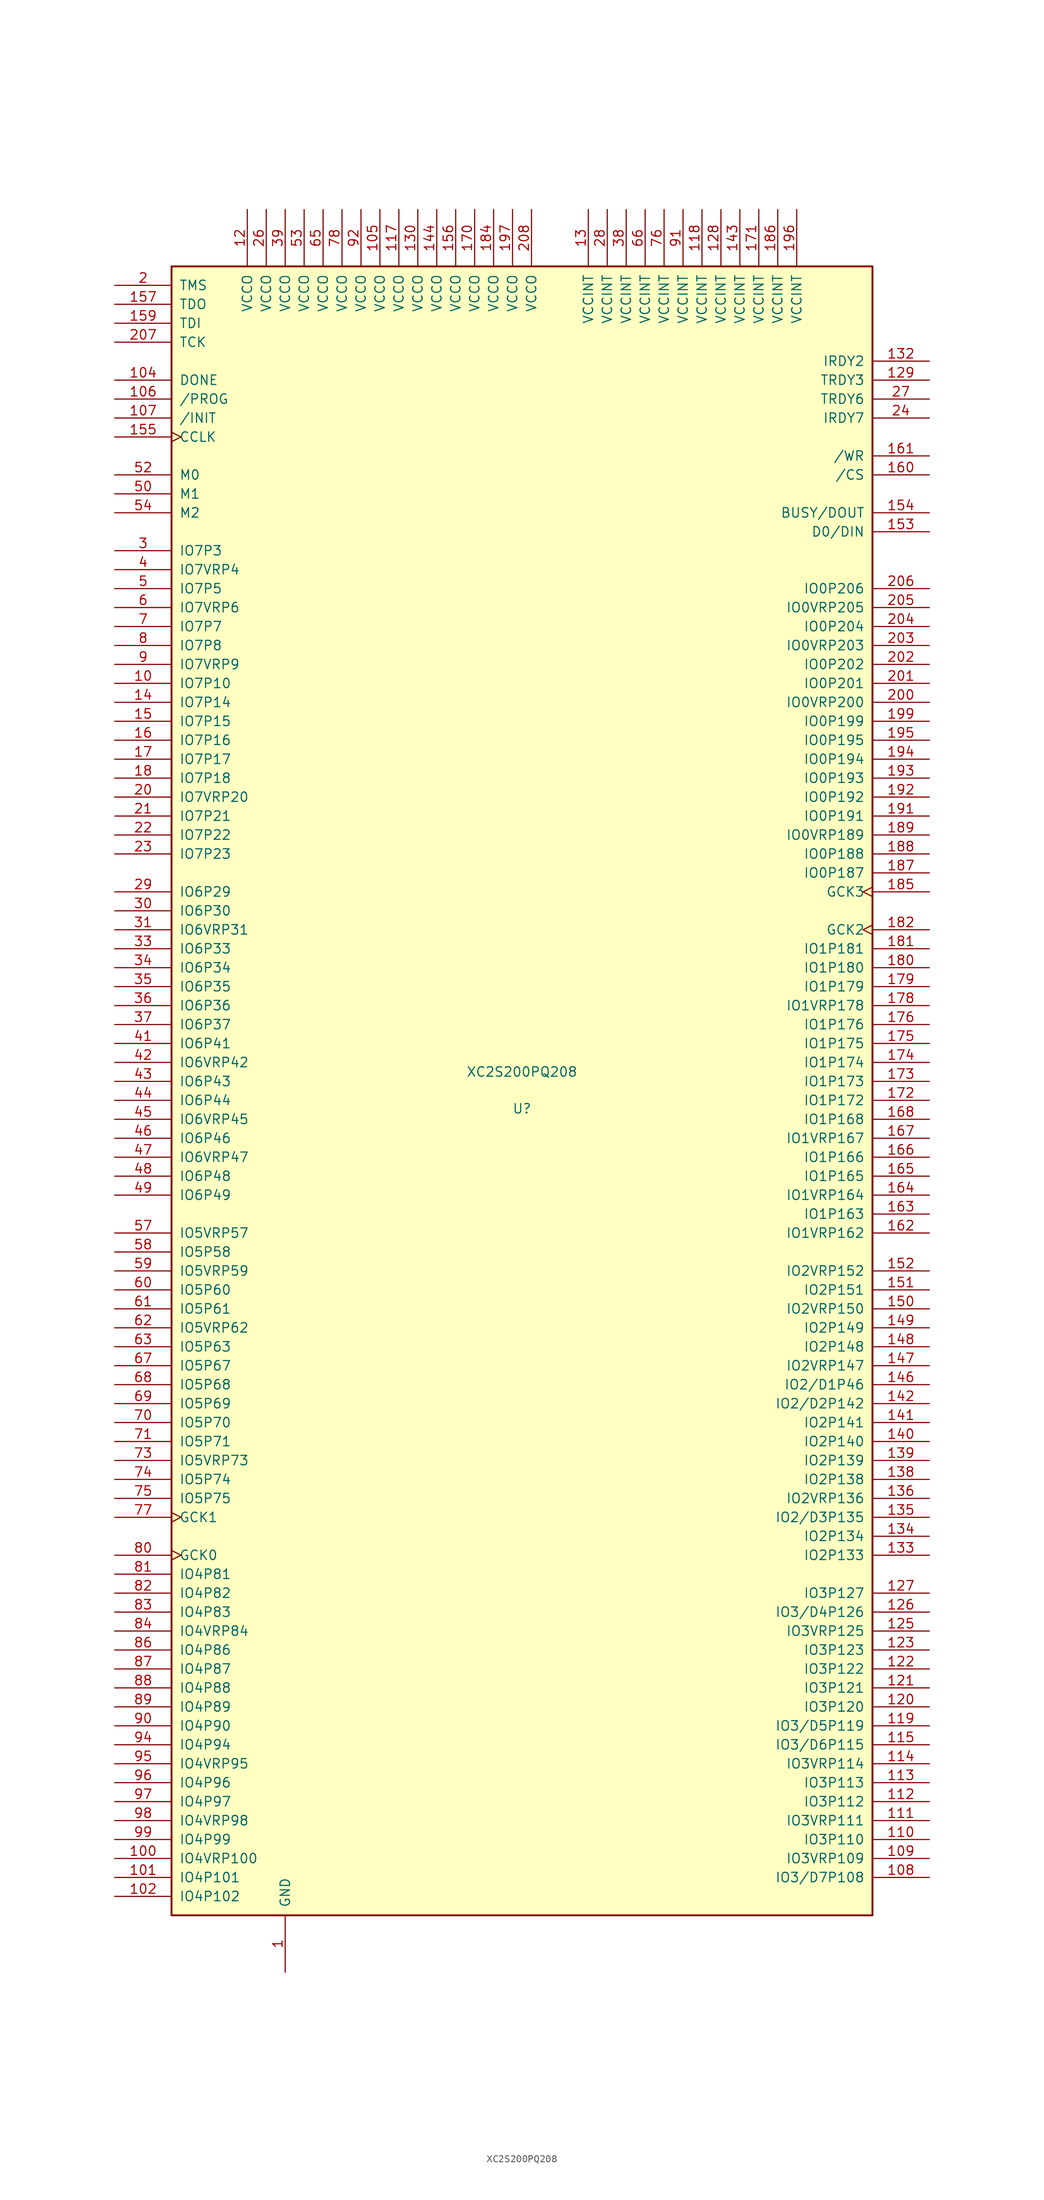
<source format=kicad_sym>
(kicad_symbol_lib
  (version 20241209)
  (generator "kicad_symbol_editor")
  (generator_version "9.0")
  (symbol "XC2S200PQ208"
    (pin_names
      (offset 1.016))
    (property "Reference" "U"
      (at 0 -2.388 0)
      (effects (font (size 1.27 1.27))))
    (property "Value" "XC2S200PQ208"
      (at 0 2.54 0)
      (effects (font (size 1.27 1.27))))
    (symbol "XC2S200PQ208_0_1"
      (rectangle (start -46.99 110.49) (end 46.99 -110.49) (stroke (width 0.254) (type default)) (fill (type background))))
    (symbol "XC2S200PQ208_1_1"
      (pin bidirectional line (at -54.61 107.95 0) (length 7.62) (name "TMS" (effects (font (size 1.27 1.27)))) (number "2" (effects (font (size 1.27 1.27)))))
      (pin bidirectional line (at -54.61 105.41 0) (length 7.62) (name "TDO" (effects (font (size 1.27 1.27)))) (number "157" (effects (font (size 1.27 1.27)))))
      (pin bidirectional line (at -54.61 102.87 0) (length 7.62) (name "TDI" (effects (font (size 1.27 1.27)))) (number "159" (effects (font (size 1.27 1.27)))))
      (pin bidirectional line (at -54.61 100.33 0) (length 7.62) (name "TCK" (effects (font (size 1.27 1.27)))) (number "207" (effects (font (size 1.27 1.27)))))
      (pin bidirectional line (at -54.61 95.25 0) (length 7.62) (name "DONE" (effects (font (size 1.27 1.27)))) (number "104" (effects (font (size 1.27 1.27)))))
      (pin input line (at -54.61 92.71 0) (length 7.62) (name "/PROG" (effects (font (size 1.27 1.27)))) (number "106" (effects (font (size 1.27 1.27)))))
      (pin bidirectional line (at -54.61 90.17 0) (length 7.62) (name "/INIT" (effects (font (size 1.27 1.27)))) (number "107" (effects (font (size 1.27 1.27)))))
      (pin bidirectional clock (at -54.61 87.63 0) (length 7.62) (name "CCLK" (effects (font (size 1.27 1.27)))) (number "155" (effects (font (size 1.27 1.27)))))
      (pin input line (at -54.61 82.55 0) (length 7.62) (name "M0" (effects (font (size 1.27 1.27)))) (number "52" (effects (font (size 1.27 1.27)))))
      (pin input line (at -54.61 80.01 0) (length 7.62) (name "M1" (effects (font (size 1.27 1.27)))) (number "50" (effects (font (size 1.27 1.27)))))
      (pin input line (at -54.61 77.47 0) (length 7.62) (name "M2" (effects (font (size 1.27 1.27)))) (number "54" (effects (font (size 1.27 1.27)))))
      (pin bidirectional line (at -54.61 72.39 0) (length 7.62) (name "IO7P3" (effects (font (size 1.27 1.27)))) (number "3" (effects (font (size 1.27 1.27)))))
      (pin bidirectional line (at -54.61 69.85 0) (length 7.62) (name "IO7VRP4" (effects (font (size 1.27 1.27)))) (number "4" (effects (font (size 1.27 1.27)))))
      (pin bidirectional line (at -54.61 67.31 0) (length 7.62) (name "IO7P5" (effects (font (size 1.27 1.27)))) (number "5" (effects (font (size 1.27 1.27)))))
      (pin bidirectional line (at -54.61 64.77 0) (length 7.62) (name "IO7VRP6" (effects (font (size 1.27 1.27)))) (number "6" (effects (font (size 1.27 1.27)))))
      (pin bidirectional line (at -54.61 62.23 0) (length 7.62) (name "IO7P7" (effects (font (size 1.27 1.27)))) (number "7" (effects (font (size 1.27 1.27)))))
      (pin bidirectional line (at -54.61 59.69 0) (length 7.62) (name "IO7P8" (effects (font (size 1.27 1.27)))) (number "8" (effects (font (size 1.27 1.27)))))
      (pin bidirectional line (at -54.61 57.15 0) (length 7.62) (name "IO7VRP9" (effects (font (size 1.27 1.27)))) (number "9" (effects (font (size 1.27 1.27)))))
      (pin bidirectional line (at -54.61 54.61 0) (length 7.62) (name "IO7P10" (effects (font (size 1.27 1.27)))) (number "10" (effects (font (size 1.27 1.27)))))
      (pin bidirectional line (at -54.61 52.07 0) (length 7.62) (name "IO7P14" (effects (font (size 1.27 1.27)))) (number "14" (effects (font (size 1.27 1.27)))))
      (pin bidirectional line (at -54.61 49.53 0) (length 7.62) (name "IO7P15" (effects (font (size 1.27 1.27)))) (number "15" (effects (font (size 1.27 1.27)))))
      (pin bidirectional line (at -54.61 46.99 0) (length 7.62) (name "IO7P16" (effects (font (size 1.27 1.27)))) (number "16" (effects (font (size 1.27 1.27)))))
      (pin bidirectional line (at -54.61 44.45 0) (length 7.62) (name "IO7P17" (effects (font (size 1.27 1.27)))) (number "17" (effects (font (size 1.27 1.27)))))
      (pin bidirectional line (at -54.61 41.91 0) (length 7.62) (name "IO7P18" (effects (font (size 1.27 1.27)))) (number "18" (effects (font (size 1.27 1.27)))))
      (pin bidirectional line (at -54.61 39.37 0) (length 7.62) (name "IO7VRP20" (effects (font (size 1.27 1.27)))) (number "20" (effects (font (size 1.27 1.27)))))
      (pin bidirectional line (at -54.61 36.83 0) (length 7.62) (name "IO7P21" (effects (font (size 1.27 1.27)))) (number "21" (effects (font (size 1.27 1.27)))))
      (pin bidirectional line (at -54.61 34.29 0) (length 7.62) (name "IO7P22" (effects (font (size 1.27 1.27)))) (number "22" (effects (font (size 1.27 1.27)))))
      (pin bidirectional line (at -54.61 31.75 0) (length 7.62) (name "IO7P23" (effects (font (size 1.27 1.27)))) (number "23" (effects (font (size 1.27 1.27)))))
      (pin bidirectional line (at -54.61 26.67 0) (length 7.62) (name "IO6P29" (effects (font (size 1.27 1.27)))) (number "29" (effects (font (size 1.27 1.27)))))
      (pin bidirectional line (at -54.61 24.13 0) (length 7.62) (name "IO6P30" (effects (font (size 1.27 1.27)))) (number "30" (effects (font (size 1.27 1.27)))))
      (pin bidirectional line (at -54.61 21.59 0) (length 7.62) (name "IO6VRP31" (effects (font (size 1.27 1.27)))) (number "31" (effects (font (size 1.27 1.27)))))
      (pin bidirectional line (at -54.61 19.05 0) (length 7.62) (name "IO6P33" (effects (font (size 1.27 1.27)))) (number "33" (effects (font (size 1.27 1.27)))))
      (pin bidirectional line (at -54.61 16.51 0) (length 7.62) (name "IO6P34" (effects (font (size 1.27 1.27)))) (number "34" (effects (font (size 1.27 1.27)))))
      (pin bidirectional line (at -54.61 13.97 0) (length 7.62) (name "IO6P35" (effects (font (size 1.27 1.27)))) (number "35" (effects (font (size 1.27 1.27)))))
      (pin bidirectional line (at -54.61 11.43 0) (length 7.62) (name "IO6P36" (effects (font (size 1.27 1.27)))) (number "36" (effects (font (size 1.27 1.27)))))
      (pin bidirectional line (at -54.61 8.89 0) (length 7.62) (name "IO6P37" (effects (font (size 1.27 1.27)))) (number "37" (effects (font (size 1.27 1.27)))))
      (pin bidirectional line (at -54.61 6.35 0) (length 7.62) (name "IO6P41" (effects (font (size 1.27 1.27)))) (number "41" (effects (font (size 1.27 1.27)))))
      (pin bidirectional line (at -54.61 3.81 0) (length 7.62) (name "IO6VRP42" (effects (font (size 1.27 1.27)))) (number "42" (effects (font (size 1.27 1.27)))))
      (pin bidirectional line (at -54.61 1.27 0) (length 7.62) (name "IO6P43" (effects (font (size 1.27 1.27)))) (number "43" (effects (font (size 1.27 1.27)))))
      (pin bidirectional line (at -54.61 -1.27 0) (length 7.62) (name "IO6P44" (effects (font (size 1.27 1.27)))) (number "44" (effects (font (size 1.27 1.27)))))
      (pin bidirectional line (at -54.61 -3.81 0) (length 7.62) (name "IO6VRP45" (effects (font (size 1.27 1.27)))) (number "45" (effects (font (size 1.27 1.27)))))
      (pin bidirectional line (at -54.61 -6.35 0) (length 7.62) (name "IO6P46" (effects (font (size 1.27 1.27)))) (number "46" (effects (font (size 1.27 1.27)))))
      (pin bidirectional line (at -54.61 -8.89 0) (length 7.62) (name "IO6VRP47" (effects (font (size 1.27 1.27)))) (number "47" (effects (font (size 1.27 1.27)))))
      (pin bidirectional line (at -54.61 -11.43 0) (length 7.62) (name "IO6P48" (effects (font (size 1.27 1.27)))) (number "48" (effects (font (size 1.27 1.27)))))
      (pin bidirectional line (at -54.61 -13.97 0) (length 7.62) (name "IO6P49" (effects (font (size 1.27 1.27)))) (number "49" (effects (font (size 1.27 1.27)))))
      (pin bidirectional line (at -54.61 -19.05 0) (length 7.62) (name "IO5VRP57" (effects (font (size 1.27 1.27)))) (number "57" (effects (font (size 1.27 1.27)))))
      (pin bidirectional line (at -54.61 -21.59 0) (length 7.62) (name "IO5P58" (effects (font (size 1.27 1.27)))) (number "58" (effects (font (size 1.27 1.27)))))
      (pin bidirectional line (at -54.61 -24.13 0) (length 7.62) (name "IO5VRP59" (effects (font (size 1.27 1.27)))) (number "59" (effects (font (size 1.27 1.27)))))
      (pin bidirectional line (at -54.61 -26.67 0) (length 7.62) (name "IO5P60" (effects (font (size 1.27 1.27)))) (number "60" (effects (font (size 1.27 1.27)))))
      (pin bidirectional line (at -54.61 -29.21 0) (length 7.62) (name "IO5P61" (effects (font (size 1.27 1.27)))) (number "61" (effects (font (size 1.27 1.27)))))
      (pin bidirectional line (at -54.61 -31.75 0) (length 7.62) (name "IO5VRP62" (effects (font (size 1.27 1.27)))) (number "62" (effects (font (size 1.27 1.27)))))
      (pin bidirectional line (at -54.61 -34.29 0) (length 7.62) (name "IO5P63" (effects (font (size 1.27 1.27)))) (number "63" (effects (font (size 1.27 1.27)))))
      (pin bidirectional line (at -54.61 -36.83 0) (length 7.62) (name "IO5P67" (effects (font (size 1.27 1.27)))) (number "67" (effects (font (size 1.27 1.27)))))
      (pin bidirectional line (at -54.61 -39.37 0) (length 7.62) (name "IO5P68" (effects (font (size 1.27 1.27)))) (number "68" (effects (font (size 1.27 1.27)))))
      (pin bidirectional line (at -54.61 -41.91 0) (length 7.62) (name "IO5P69" (effects (font (size 1.27 1.27)))) (number "69" (effects (font (size 1.27 1.27)))))
      (pin bidirectional line (at -54.61 -44.45 0) (length 7.62) (name "IO5P70" (effects (font (size 1.27 1.27)))) (number "70" (effects (font (size 1.27 1.27)))))
      (pin bidirectional line (at -54.61 -46.99 0) (length 7.62) (name "IO5P71" (effects (font (size 1.27 1.27)))) (number "71" (effects (font (size 1.27 1.27)))))
      (pin bidirectional line (at -54.61 -49.53 0) (length 7.62) (name "IO5VRP73" (effects (font (size 1.27 1.27)))) (number "73" (effects (font (size 1.27 1.27)))))
      (pin bidirectional line (at -54.61 -52.07 0) (length 7.62) (name "IO5P74" (effects (font (size 1.27 1.27)))) (number "74" (effects (font (size 1.27 1.27)))))
      (pin bidirectional line (at -54.61 -54.61 0) (length 7.62) (name "IO5P75" (effects (font (size 1.27 1.27)))) (number "75" (effects (font (size 1.27 1.27)))))
      (pin input clock (at -54.61 -57.15 0) (length 7.62) (name "GCK1" (effects (font (size 1.27 1.27)))) (number "77" (effects (font (size 1.27 1.27)))))
      (pin input clock (at -54.61 -62.23 0) (length 7.62) (name "GCK0" (effects (font (size 1.27 1.27)))) (number "80" (effects (font (size 1.27 1.27)))))
      (pin bidirectional line (at -54.61 -64.77 0) (length 7.62) (name "IO4P81" (effects (font (size 1.27 1.27)))) (number "81" (effects (font (size 1.27 1.27)))))
      (pin bidirectional line (at -54.61 -67.31 0) (length 7.62) (name "IO4P82" (effects (font (size 1.27 1.27)))) (number "82" (effects (font (size 1.27 1.27)))))
      (pin bidirectional line (at -54.61 -69.85 0) (length 7.62) (name "IO4P83" (effects (font (size 1.27 1.27)))) (number "83" (effects (font (size 1.27 1.27)))))
      (pin bidirectional line (at -54.61 -72.39 0) (length 7.62) (name "IO4VRP84" (effects (font (size 1.27 1.27)))) (number "84" (effects (font (size 1.27 1.27)))))
      (pin bidirectional line (at -54.61 -74.93 0) (length 7.62) (name "IO4P86" (effects (font (size 1.27 1.27)))) (number "86" (effects (font (size 1.27 1.27)))))
      (pin bidirectional line (at -54.61 -77.47 0) (length 7.62) (name "IO4P87" (effects (font (size 1.27 1.27)))) (number "87" (effects (font (size 1.27 1.27)))))
      (pin bidirectional line (at -54.61 -80.01 0) (length 7.62) (name "IO4P88" (effects (font (size 1.27 1.27)))) (number "88" (effects (font (size 1.27 1.27)))))
      (pin bidirectional line (at -54.61 -82.55 0) (length 7.62) (name "IO4P89" (effects (font (size 1.27 1.27)))) (number "89" (effects (font (size 1.27 1.27)))))
      (pin bidirectional line (at -54.61 -85.09 0) (length 7.62) (name "IO4P90" (effects (font (size 1.27 1.27)))) (number "90" (effects (font (size 1.27 1.27)))))
      (pin bidirectional line (at -54.61 -87.63 0) (length 7.62) (name "IO4P94" (effects (font (size 1.27 1.27)))) (number "94" (effects (font (size 1.27 1.27)))))
      (pin bidirectional line (at -54.61 -90.17 0) (length 7.62) (name "IO4VRP95" (effects (font (size 1.27 1.27)))) (number "95" (effects (font (size 1.27 1.27)))))
      (pin bidirectional line (at -54.61 -92.71 0) (length 7.62) (name "IO4P96" (effects (font (size 1.27 1.27)))) (number "96" (effects (font (size 1.27 1.27)))))
      (pin bidirectional line (at -54.61 -95.25 0) (length 7.62) (name "IO4P97" (effects (font (size 1.27 1.27)))) (number "97" (effects (font (size 1.27 1.27)))))
      (pin bidirectional line (at -54.61 -97.79 0) (length 7.62) (name "IO4VRP98" (effects (font (size 1.27 1.27)))) (number "98" (effects (font (size 1.27 1.27)))))
      (pin bidirectional line (at -54.61 -100.33 0) (length 7.62) (name "IO4P99" (effects (font (size 1.27 1.27)))) (number "99" (effects (font (size 1.27 1.27)))))
      (pin bidirectional line (at -54.61 -102.87 0) (length 7.62) (name "IO4VRP100" (effects (font (size 1.27 1.27)))) (number "100" (effects (font (size 1.27 1.27)))))
      (pin bidirectional line (at -54.61 -105.41 0) (length 7.62) (name "IO4P101" (effects (font (size 1.27 1.27)))) (number "101" (effects (font (size 1.27 1.27)))))
      (pin bidirectional line (at -54.61 -107.95 0) (length 7.62) (name "IO4P102" (effects (font (size 1.27 1.27)))) (number "102" (effects (font (size 1.27 1.27)))))
      (pin passive line (at -36.83 118.11 270) (length 7.62) (name "VCCO" (effects (font (size 1.27 1.27)))) (number "12" (effects (font (size 1.27 1.27)))))
      (pin passive line (at -34.29 118.11 270) (length 7.62) (name "VCCO" (effects (font (size 1.27 1.27)))) (number "26" (effects (font (size 1.27 1.27)))))
      (pin passive line (at -31.75 118.11 270) (length 7.62) (name "VCCO" (effects (font (size 1.27 1.27)))) (number "39" (effects (font (size 1.27 1.27)))))
      (pin passive line (at -31.75 -118.11 90) (length 7.62) (name "GND" (effects (font (size 1.27 1.27)))) (number "1" (effects (font (size 1.27 1.27)))))
      (pin passive line (at -31.75 -118.11 90) (length 7.62) (hide yes) (name "GND" (effects (font (size 1.27 1.27)))) (number "103" (effects (font (size 1.27 1.27)))))
      (pin passive line (at -31.75 -118.11 90) (length 7.62) (hide yes) (name "GND" (effects (font (size 1.27 1.27)))) (number "11" (effects (font (size 1.27 1.27)))))
      (pin passive line (at -31.75 -118.11 90) (length 7.62) (hide yes) (name "GND" (effects (font (size 1.27 1.27)))) (number "116" (effects (font (size 1.27 1.27)))))
      (pin passive line (at -31.75 -118.11 90) (length 7.62) (hide yes) (name "GND" (effects (font (size 1.27 1.27)))) (number "124" (effects (font (size 1.27 1.27)))))
      (pin passive line (at -31.75 -118.11 90) (length 7.62) (hide yes) (name "GND" (effects (font (size 1.27 1.27)))) (number "131" (effects (font (size 1.27 1.27)))))
      (pin passive line (at -31.75 -118.11 90) (length 7.62) (hide yes) (name "GND" (effects (font (size 1.27 1.27)))) (number "137" (effects (font (size 1.27 1.27)))))
      (pin passive line (at -31.75 -118.11 90) (length 7.62) (hide yes) (name "GND" (effects (font (size 1.27 1.27)))) (number "145" (effects (font (size 1.27 1.27)))))
      (pin passive line (at -31.75 -118.11 90) (length 7.62) (hide yes) (name "GND" (effects (font (size 1.27 1.27)))) (number "158" (effects (font (size 1.27 1.27)))))
      (pin passive line (at -31.75 -118.11 90) (length 7.62) (hide yes) (name "GND" (effects (font (size 1.27 1.27)))) (number "169" (effects (font (size 1.27 1.27)))))
      (pin passive line (at -31.75 -118.11 90) (length 7.62) (hide yes) (name "GND" (effects (font (size 1.27 1.27)))) (number "177" (effects (font (size 1.27 1.27)))))
      (pin passive line (at -31.75 -118.11 90) (length 7.62) (hide yes) (name "GND" (effects (font (size 1.27 1.27)))) (number "183" (effects (font (size 1.27 1.27)))))
      (pin passive line (at -31.75 -118.11 90) (length 7.62) (hide yes) (name "GND" (effects (font (size 1.27 1.27)))) (number "19" (effects (font (size 1.27 1.27)))))
      (pin passive line (at -31.75 -118.11 90) (length 7.62) (hide yes) (name "GND" (effects (font (size 1.27 1.27)))) (number "190" (effects (font (size 1.27 1.27)))))
      (pin passive line (at -31.75 -118.11 90) (length 7.62) (hide yes) (name "GND" (effects (font (size 1.27 1.27)))) (number "198" (effects (font (size 1.27 1.27)))))
      (pin passive line (at -31.75 -118.11 90) (length 7.62) (hide yes) (name "GND" (effects (font (size 1.27 1.27)))) (number "25" (effects (font (size 1.27 1.27)))))
      (pin passive line (at -31.75 -118.11 90) (length 7.62) (hide yes) (name "GND" (effects (font (size 1.27 1.27)))) (number "32" (effects (font (size 1.27 1.27)))))
      (pin passive line (at -31.75 -118.11 90) (length 7.62) (hide yes) (name "GND" (effects (font (size 1.27 1.27)))) (number "40" (effects (font (size 1.27 1.27)))))
      (pin passive line (at -31.75 -118.11 90) (length 7.62) (hide yes) (name "GND" (effects (font (size 1.27 1.27)))) (number "51" (effects (font (size 1.27 1.27)))))
      (pin passive line (at -31.75 -118.11 90) (length 7.62) (hide yes) (name "GND" (effects (font (size 1.27 1.27)))) (number "64" (effects (font (size 1.27 1.27)))))
      (pin passive line (at -31.75 -118.11 90) (length 7.62) (hide yes) (name "GND" (effects (font (size 1.27 1.27)))) (number "72" (effects (font (size 1.27 1.27)))))
      (pin passive line (at -31.75 -118.11 90) (length 7.62) (hide yes) (name "GND" (effects (font (size 1.27 1.27)))) (number "79" (effects (font (size 1.27 1.27)))))
      (pin passive line (at -31.75 -118.11 90) (length 7.62) (hide yes) (name "GND" (effects (font (size 1.27 1.27)))) (number "85" (effects (font (size 1.27 1.27)))))
      (pin passive line (at -31.75 -118.11 90) (length 7.62) (hide yes) (name "GND" (effects (font (size 1.27 1.27)))) (number "93" (effects (font (size 1.27 1.27)))))
      (pin passive line (at -29.21 118.11 270) (length 7.62) (name "VCCO" (effects (font (size 1.27 1.27)))) (number "53" (effects (font (size 1.27 1.27)))))
      (pin passive line (at -26.67 118.11 270) (length 7.62) (name "VCCO" (effects (font (size 1.27 1.27)))) (number "65" (effects (font (size 1.27 1.27)))))
      (pin passive line (at -24.13 118.11 270) (length 7.62) (name "VCCO" (effects (font (size 1.27 1.27)))) (number "78" (effects (font (size 1.27 1.27)))))
      (pin passive line (at -21.59 118.11 270) (length 7.62) (name "VCCO" (effects (font (size 1.27 1.27)))) (number "92" (effects (font (size 1.27 1.27)))))
      (pin passive line (at -19.05 118.11 270) (length 7.62) (name "VCCO" (effects (font (size 1.27 1.27)))) (number "105" (effects (font (size 1.27 1.27)))))
      (pin passive line (at -16.51 118.11 270) (length 7.62) (name "VCCO" (effects (font (size 1.27 1.27)))) (number "117" (effects (font (size 1.27 1.27)))))
      (pin passive line (at -13.97 118.11 270) (length 7.62) (name "VCCO" (effects (font (size 1.27 1.27)))) (number "130" (effects (font (size 1.27 1.27)))))
      (pin passive line (at -11.43 118.11 270) (length 7.62) (name "VCCO" (effects (font (size 1.27 1.27)))) (number "144" (effects (font (size 1.27 1.27)))))
      (pin passive line (at -8.89 118.11 270) (length 7.62) (name "VCCO" (effects (font (size 1.27 1.27)))) (number "156" (effects (font (size 1.27 1.27)))))
      (pin passive line (at -6.35 118.11 270) (length 7.62) (name "VCCO" (effects (font (size 1.27 1.27)))) (number "170" (effects (font (size 1.27 1.27)))))
      (pin passive line (at -3.81 118.11 270) (length 7.62) (name "VCCO" (effects (font (size 1.27 1.27)))) (number "184" (effects (font (size 1.27 1.27)))))
      (pin passive line (at -1.27 118.11 270) (length 7.62) (name "VCCO" (effects (font (size 1.27 1.27)))) (number "197" (effects (font (size 1.27 1.27)))))
      (pin passive line (at 1.27 118.11 270) (length 7.62) (name "VCCO" (effects (font (size 1.27 1.27)))) (number "208" (effects (font (size 1.27 1.27)))))
      (pin passive line (at 8.89 118.11 270) (length 7.62) (name "VCCINT" (effects (font (size 1.27 1.27)))) (number "13" (effects (font (size 1.27 1.27)))))
      (pin passive line (at 11.43 118.11 270) (length 7.62) (name "VCCINT" (effects (font (size 1.27 1.27)))) (number "28" (effects (font (size 1.27 1.27)))))
      (pin passive line (at 13.97 118.11 270) (length 7.62) (name "VCCINT" (effects (font (size 1.27 1.27)))) (number "38" (effects (font (size 1.27 1.27)))))
      (pin passive line (at 16.51 118.11 270) (length 7.62) (name "VCCINT" (effects (font (size 1.27 1.27)))) (number "66" (effects (font (size 1.27 1.27)))))
      (pin passive line (at 19.05 118.11 270) (length 7.62) (name "VCCINT" (effects (font (size 1.27 1.27)))) (number "76" (effects (font (size 1.27 1.27)))))
      (pin passive line (at 21.59 118.11 270) (length 7.62) (name "VCCINT" (effects (font (size 1.27 1.27)))) (number "91" (effects (font (size 1.27 1.27)))))
      (pin passive line (at 24.13 118.11 270) (length 7.62) (name "VCCINT" (effects (font (size 1.27 1.27)))) (number "118" (effects (font (size 1.27 1.27)))))
      (pin passive line (at 26.67 118.11 270) (length 7.62) (name "VCCINT" (effects (font (size 1.27 1.27)))) (number "128" (effects (font (size 1.27 1.27)))))
      (pin passive line (at 29.21 118.11 270) (length 7.62) (name "VCCINT" (effects (font (size 1.27 1.27)))) (number "143" (effects (font (size 1.27 1.27)))))
      (pin passive line (at 31.75 118.11 270) (length 7.62) (name "VCCINT" (effects (font (size 1.27 1.27)))) (number "171" (effects (font (size 1.27 1.27)))))
      (pin passive line (at 34.29 118.11 270) (length 7.62) (name "VCCINT" (effects (font (size 1.27 1.27)))) (number "186" (effects (font (size 1.27 1.27)))))
      (pin passive line (at 36.83 118.11 270) (length 7.62) (name "VCCINT" (effects (font (size 1.27 1.27)))) (number "196" (effects (font (size 1.27 1.27)))))
      (pin bidirectional line (at 54.61 97.79 180) (length 7.62) (name "IRDY2" (effects (font (size 1.27 1.27)))) (number "132" (effects (font (size 1.27 1.27)))))
      (pin bidirectional line (at 54.61 95.25 180) (length 7.62) (name "TRDY3" (effects (font (size 1.27 1.27)))) (number "129" (effects (font (size 1.27 1.27)))))
      (pin bidirectional line (at 54.61 92.71 180) (length 7.62) (name "TRDY6" (effects (font (size 1.27 1.27)))) (number "27" (effects (font (size 1.27 1.27)))))
      (pin bidirectional line (at 54.61 90.17 180) (length 7.62) (name "IRDY7" (effects (font (size 1.27 1.27)))) (number "24" (effects (font (size 1.27 1.27)))))
      (pin bidirectional line (at 54.61 85.09 180) (length 7.62) (name "/WR" (effects (font (size 1.27 1.27)))) (number "161" (effects (font (size 1.27 1.27)))))
      (pin bidirectional line (at 54.61 82.55 180) (length 7.62) (name "/CS" (effects (font (size 1.27 1.27)))) (number "160" (effects (font (size 1.27 1.27)))))
      (pin bidirectional line (at 54.61 77.47 180) (length 7.62) (name "BUSY/DOUT" (effects (font (size 1.27 1.27)))) (number "154" (effects (font (size 1.27 1.27)))))
      (pin bidirectional line (at 54.61 74.93 180) (length 7.62) (name "D0/DIN" (effects (font (size 1.27 1.27)))) (number "153" (effects (font (size 1.27 1.27)))))
      (pin bidirectional line (at 54.61 67.31 180) (length 7.62) (name "IO0P206" (effects (font (size 1.27 1.27)))) (number "206" (effects (font (size 1.27 1.27)))))
      (pin bidirectional line (at 54.61 64.77 180) (length 7.62) (name "IO0VRP205" (effects (font (size 1.27 1.27)))) (number "205" (effects (font (size 1.27 1.27)))))
      (pin bidirectional line (at 54.61 62.23 180) (length 7.62) (name "IO0P204" (effects (font (size 1.27 1.27)))) (number "204" (effects (font (size 1.27 1.27)))))
      (pin bidirectional line (at 54.61 59.69 180) (length 7.62) (name "IO0VRP203" (effects (font (size 1.27 1.27)))) (number "203" (effects (font (size 1.27 1.27)))))
      (pin bidirectional line (at 54.61 57.15 180) (length 7.62) (name "IO0P202" (effects (font (size 1.27 1.27)))) (number "202" (effects (font (size 1.27 1.27)))))
      (pin bidirectional line (at 54.61 54.61 180) (length 7.62) (name "IO0P201" (effects (font (size 1.27 1.27)))) (number "201" (effects (font (size 1.27 1.27)))))
      (pin bidirectional line (at 54.61 52.07 180) (length 7.62) (name "IO0VRP200" (effects (font (size 1.27 1.27)))) (number "200" (effects (font (size 1.27 1.27)))))
      (pin bidirectional line (at 54.61 49.53 180) (length 7.62) (name "IO0P199" (effects (font (size 1.27 1.27)))) (number "199" (effects (font (size 1.27 1.27)))))
      (pin bidirectional line (at 54.61 46.99 180) (length 7.62) (name "IO0P195" (effects (font (size 1.27 1.27)))) (number "195" (effects (font (size 1.27 1.27)))))
      (pin bidirectional line (at 54.61 44.45 180) (length 7.62) (name "IO0P194" (effects (font (size 1.27 1.27)))) (number "194" (effects (font (size 1.27 1.27)))))
      (pin bidirectional line (at 54.61 41.91 180) (length 7.62) (name "IO0P193" (effects (font (size 1.27 1.27)))) (number "193" (effects (font (size 1.27 1.27)))))
      (pin bidirectional line (at 54.61 39.37 180) (length 7.62) (name "IO0P192" (effects (font (size 1.27 1.27)))) (number "192" (effects (font (size 1.27 1.27)))))
      (pin bidirectional line (at 54.61 36.83 180) (length 7.62) (name "IO0P191" (effects (font (size 1.27 1.27)))) (number "191" (effects (font (size 1.27 1.27)))))
      (pin bidirectional line (at 54.61 34.29 180) (length 7.62) (name "IO0VRP189" (effects (font (size 1.27 1.27)))) (number "189" (effects (font (size 1.27 1.27)))))
      (pin bidirectional line (at 54.61 31.75 180) (length 7.62) (name "IO0P188" (effects (font (size 1.27 1.27)))) (number "188" (effects (font (size 1.27 1.27)))))
      (pin bidirectional line (at 54.61 29.21 180) (length 7.62) (name "IO0P187" (effects (font (size 1.27 1.27)))) (number "187" (effects (font (size 1.27 1.27)))))
      (pin input clock (at 54.61 26.67 180) (length 7.62) (name "GCK3" (effects (font (size 1.27 1.27)))) (number "185" (effects (font (size 1.27 1.27)))))
      (pin input clock (at 54.61 21.59 180) (length 7.62) (name "GCK2" (effects (font (size 1.27 1.27)))) (number "182" (effects (font (size 1.27 1.27)))))
      (pin bidirectional line (at 54.61 19.05 180) (length 7.62) (name "IO1P181" (effects (font (size 1.27 1.27)))) (number "181" (effects (font (size 1.27 1.27)))))
      (pin bidirectional line (at 54.61 16.51 180) (length 7.62) (name "IO1P180" (effects (font (size 1.27 1.27)))) (number "180" (effects (font (size 1.27 1.27)))))
      (pin bidirectional line (at 54.61 13.97 180) (length 7.62) (name "IO1P179" (effects (font (size 1.27 1.27)))) (number "179" (effects (font (size 1.27 1.27)))))
      (pin bidirectional line (at 54.61 11.43 180) (length 7.62) (name "IO1VRP178" (effects (font (size 1.27 1.27)))) (number "178" (effects (font (size 1.27 1.27)))))
      (pin bidirectional line (at 54.61 8.89 180) (length 7.62) (name "IO1P176" (effects (font (size 1.27 1.27)))) (number "176" (effects (font (size 1.27 1.27)))))
      (pin bidirectional line (at 54.61 6.35 180) (length 7.62) (name "IO1P175" (effects (font (size 1.27 1.27)))) (number "175" (effects (font (size 1.27 1.27)))))
      (pin bidirectional line (at 54.61 3.81 180) (length 7.62) (name "IO1P174" (effects (font (size 1.27 1.27)))) (number "174" (effects (font (size 1.27 1.27)))))
      (pin bidirectional line (at 54.61 1.27 180) (length 7.62) (name "IO1P173" (effects (font (size 1.27 1.27)))) (number "173" (effects (font (size 1.27 1.27)))))
      (pin bidirectional line (at 54.61 -1.27 180) (length 7.62) (name "IO1P172" (effects (font (size 1.27 1.27)))) (number "172" (effects (font (size 1.27 1.27)))))
      (pin bidirectional line (at 54.61 -3.81 180) (length 7.62) (name "IO1P168" (effects (font (size 1.27 1.27)))) (number "168" (effects (font (size 1.27 1.27)))))
      (pin bidirectional line (at 54.61 -6.35 180) (length 7.62) (name "IO1VRP167" (effects (font (size 1.27 1.27)))) (number "167" (effects (font (size 1.27 1.27)))))
      (pin bidirectional line (at 54.61 -8.89 180) (length 7.62) (name "IO1P166" (effects (font (size 1.27 1.27)))) (number "166" (effects (font (size 1.27 1.27)))))
      (pin bidirectional line (at 54.61 -11.43 180) (length 7.62) (name "IO1P165" (effects (font (size 1.27 1.27)))) (number "165" (effects (font (size 1.27 1.27)))))
      (pin bidirectional line (at 54.61 -13.97 180) (length 7.62) (name "IO1VRP164" (effects (font (size 1.27 1.27)))) (number "164" (effects (font (size 1.27 1.27)))))
      (pin bidirectional line (at 54.61 -16.51 180) (length 7.62) (name "IO1P163" (effects (font (size 1.27 1.27)))) (number "163" (effects (font (size 1.27 1.27)))))
      (pin bidirectional line (at 54.61 -19.05 180) (length 7.62) (name "IO1VRP162" (effects (font (size 1.27 1.27)))) (number "162" (effects (font (size 1.27 1.27)))))
      (pin bidirectional line (at 54.61 -24.13 180) (length 7.62) (name "IO2VRP152" (effects (font (size 1.27 1.27)))) (number "152" (effects (font (size 1.27 1.27)))))
      (pin bidirectional line (at 54.61 -26.67 180) (length 7.62) (name "IO2P151" (effects (font (size 1.27 1.27)))) (number "151" (effects (font (size 1.27 1.27)))))
      (pin bidirectional line (at 54.61 -29.21 180) (length 7.62) (name "IO2VRP150" (effects (font (size 1.27 1.27)))) (number "150" (effects (font (size 1.27 1.27)))))
      (pin bidirectional line (at 54.61 -31.75 180) (length 7.62) (name "IO2P149" (effects (font (size 1.27 1.27)))) (number "149" (effects (font (size 1.27 1.27)))))
      (pin bidirectional line (at 54.61 -34.29 180) (length 7.62) (name "IO2P148" (effects (font (size 1.27 1.27)))) (number "148" (effects (font (size 1.27 1.27)))))
      (pin bidirectional line (at 54.61 -36.83 180) (length 7.62) (name "IO2VRP147" (effects (font (size 1.27 1.27)))) (number "147" (effects (font (size 1.27 1.27)))))
      (pin bidirectional line (at 54.61 -39.37 180) (length 7.62) (name "IO2/D1P46" (effects (font (size 1.27 1.27)))) (number "146" (effects (font (size 1.27 1.27)))))
      (pin bidirectional line (at 54.61 -41.91 180) (length 7.62) (name "IO2/D2P142" (effects (font (size 1.27 1.27)))) (number "142" (effects (font (size 1.27 1.27)))))
      (pin bidirectional line (at 54.61 -44.45 180) (length 7.62) (name "IO2P141" (effects (font (size 1.27 1.27)))) (number "141" (effects (font (size 1.27 1.27)))))
      (pin bidirectional line (at 54.61 -46.99 180) (length 7.62) (name "IO2P140" (effects (font (size 1.27 1.27)))) (number "140" (effects (font (size 1.27 1.27)))))
      (pin bidirectional line (at 54.61 -49.53 180) (length 7.62) (name "IO2P139" (effects (font (size 1.27 1.27)))) (number "139" (effects (font (size 1.27 1.27)))))
      (pin bidirectional line (at 54.61 -52.07 180) (length 7.62) (name "IO2P138" (effects (font (size 1.27 1.27)))) (number "138" (effects (font (size 1.27 1.27)))))
      (pin bidirectional line (at 54.61 -54.61 180) (length 7.62) (name "IO2VRP136" (effects (font (size 1.27 1.27)))) (number "136" (effects (font (size 1.27 1.27)))))
      (pin bidirectional line (at 54.61 -57.15 180) (length 7.62) (name "IO2/D3P135" (effects (font (size 1.27 1.27)))) (number "135" (effects (font (size 1.27 1.27)))))
      (pin bidirectional line (at 54.61 -59.69 180) (length 7.62) (name "IO2P134" (effects (font (size 1.27 1.27)))) (number "134" (effects (font (size 1.27 1.27)))))
      (pin bidirectional line (at 54.61 -62.23 180) (length 7.62) (name "IO2P133" (effects (font (size 1.27 1.27)))) (number "133" (effects (font (size 1.27 1.27)))))
      (pin bidirectional line (at 54.61 -67.31 180) (length 7.62) (name "IO3P127" (effects (font (size 1.27 1.27)))) (number "127" (effects (font (size 1.27 1.27)))))
      (pin bidirectional line (at 54.61 -69.85 180) (length 7.62) (name "IO3/D4P126" (effects (font (size 1.27 1.27)))) (number "126" (effects (font (size 1.27 1.27)))))
      (pin bidirectional line (at 54.61 -72.39 180) (length 7.62) (name "IO3VRP125" (effects (font (size 1.27 1.27)))) (number "125" (effects (font (size 1.27 1.27)))))
      (pin bidirectional line (at 54.61 -74.93 180) (length 7.62) (name "IO3P123" (effects (font (size 1.27 1.27)))) (number "123" (effects (font (size 1.27 1.27)))))
      (pin bidirectional line (at 54.61 -77.47 180) (length 7.62) (name "IO3P122" (effects (font (size 1.27 1.27)))) (number "122" (effects (font (size 1.27 1.27)))))
      (pin bidirectional line (at 54.61 -80.01 180) (length 7.62) (name "IO3P121" (effects (font (size 1.27 1.27)))) (number "121" (effects (font (size 1.27 1.27)))))
      (pin bidirectional line (at 54.61 -82.55 180) (length 7.62) (name "IO3P120" (effects (font (size 1.27 1.27)))) (number "120" (effects (font (size 1.27 1.27)))))
      (pin bidirectional line (at 54.61 -85.09 180) (length 7.62) (name "IO3/D5P119" (effects (font (size 1.27 1.27)))) (number "119" (effects (font (size 1.27 1.27)))))
      (pin bidirectional line (at 54.61 -87.63 180) (length 7.62) (name "IO3/D6P115" (effects (font (size 1.27 1.27)))) (number "115" (effects (font (size 1.27 1.27)))))
      (pin bidirectional line (at 54.61 -90.17 180) (length 7.62) (name "IO3VRP114" (effects (font (size 1.27 1.27)))) (number "114" (effects (font (size 1.27 1.27)))))
      (pin bidirectional line (at 54.61 -92.71 180) (length 7.62) (name "IO3P113" (effects (font (size 1.27 1.27)))) (number "113" (effects (font (size 1.27 1.27)))))
      (pin bidirectional line (at 54.61 -95.25 180) (length 7.62) (name "IO3P112" (effects (font (size 1.27 1.27)))) (number "112" (effects (font (size 1.27 1.27)))))
      (pin bidirectional line (at 54.61 -97.79 180) (length 7.62) (name "IO3VRP111" (effects (font (size 1.27 1.27)))) (number "111" (effects (font (size 1.27 1.27)))))
      (pin bidirectional line (at 54.61 -100.33 180) (length 7.62) (name "IO3P110" (effects (font (size 1.27 1.27)))) (number "110" (effects (font (size 1.27 1.27)))))
      (pin bidirectional line (at 54.61 -102.87 180) (length 7.62) (name "IO3VRP109" (effects (font (size 1.27 1.27)))) (number "109" (effects (font (size 1.27 1.27)))))
      (pin bidirectional line (at 54.61 -105.41 180) (length 7.62) (name "IO3/D7P108" (effects (font (size 1.27 1.27)))) (number "108" (effects (font (size 1.27 1.27))))))))
</source>
